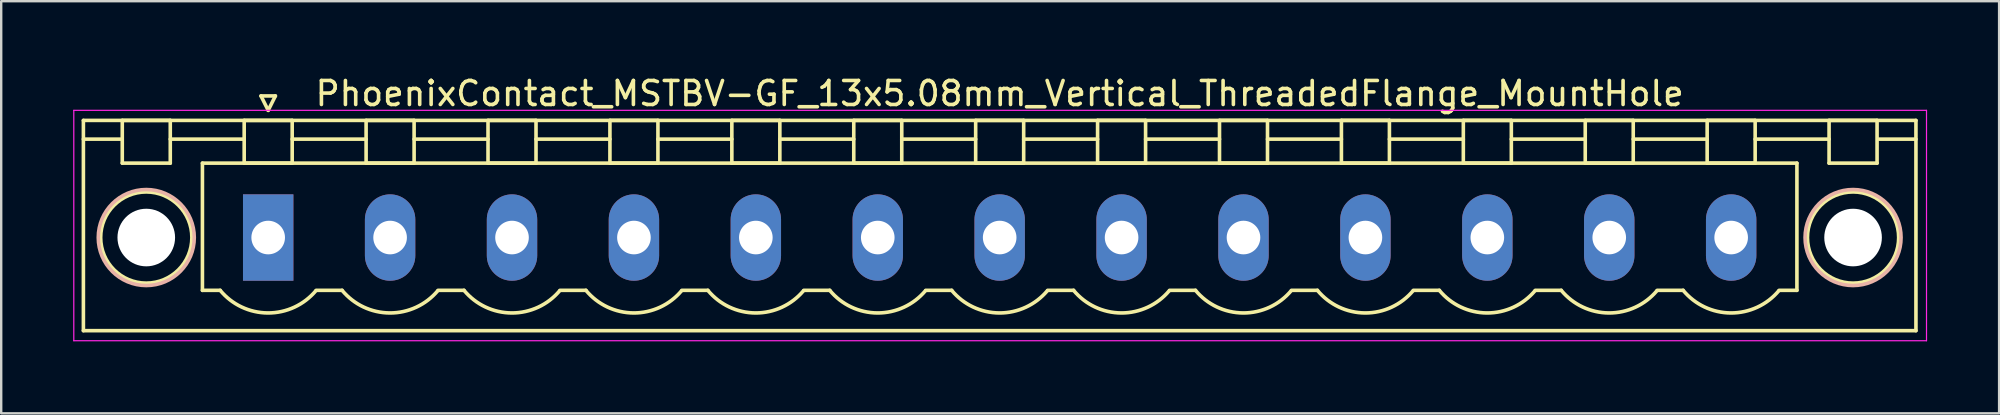
<source format=kicad_pcb>
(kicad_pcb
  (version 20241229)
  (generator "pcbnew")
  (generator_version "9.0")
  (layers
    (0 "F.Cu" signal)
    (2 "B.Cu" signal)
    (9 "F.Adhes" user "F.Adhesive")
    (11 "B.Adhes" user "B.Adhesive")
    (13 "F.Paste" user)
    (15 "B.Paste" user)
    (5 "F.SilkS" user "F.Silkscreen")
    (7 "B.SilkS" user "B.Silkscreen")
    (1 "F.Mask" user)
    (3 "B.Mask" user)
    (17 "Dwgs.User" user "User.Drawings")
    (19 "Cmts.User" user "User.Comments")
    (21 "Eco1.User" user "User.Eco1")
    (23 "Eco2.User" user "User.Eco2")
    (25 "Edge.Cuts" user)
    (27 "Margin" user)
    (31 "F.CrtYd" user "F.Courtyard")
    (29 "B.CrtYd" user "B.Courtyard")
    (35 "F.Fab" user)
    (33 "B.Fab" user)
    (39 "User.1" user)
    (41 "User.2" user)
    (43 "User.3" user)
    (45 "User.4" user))
  (footprint "PhoenixContact_MSTBV-GF_13x5.08mm_Vertical_ThreadedFlange_MountHole"
    (layer "F.Cu")
    (at 8.125 6.848)
    (property "Reference" "PhoenixContact_MSTBV-GF_13x5.08mm_Vertical_ThreadedFlange_MountHole" (at 30.48 -6 0) (layer "F.SilkS") (effects (font (size 1 1) (thickness 0.15))))
    (attr through_hole)
    (fp_line (start -7.7 -4.88) (end -7.7 3.88) (stroke (width 0.15) (type solid)) (layer "F.SilkS"))
    (fp_line (start -7.7 -4.1) (end -6.16 -4.1) (stroke (width 0.15) (type solid)) (layer "F.SilkS"))
    (fp_line (start -7.7 3.88) (end 68.66 3.88) (stroke (width 0.15) (type solid)) (layer "F.SilkS"))
    (fp_line (start -6.08 -4.88) (end -4.08 -4.88) (stroke (width 0.15) (type solid)) (layer "F.SilkS"))
    (fp_line (start -6.08 -3.1) (end -6.08 -4.88) (stroke (width 0.15) (type solid)) (layer "F.SilkS"))
    (fp_line (start -4.08 -4.88) (end -4.08 -3.1) (stroke (width 0.15) (type solid)) (layer "F.SilkS"))
    (fp_line (start -4.08 -4.1) (end -1 -4.1) (stroke (width 0.15) (type solid)) (layer "F.SilkS"))
    (fp_line (start -4.08 -3.1) (end -6.08 -3.1) (stroke (width 0.15) (type solid)) (layer "F.SilkS"))
    (fp_line (start -2.74 -3.1) (end 63.7 -3.1) (stroke (width 0.15) (type solid)) (layer "F.SilkS"))
    (fp_line (start -2.74 2.2) (end -2.74 -3.1) (stroke (width 0.15) (type solid)) (layer "F.SilkS"))
    (fp_line (start -2 2.2) (end -2.74 2.2) (stroke (width 0.15) (type solid)) (layer "F.SilkS"))
    (fp_line (start -1 -4.88) (end 1 -4.88) (stroke (width 0.15) (type solid)) (layer "F.SilkS"))
    (fp_line (start -1 -3.1) (end -1 -4.88) (stroke (width 0.15) (type solid)) (layer "F.SilkS"))
    (fp_line (start -0.3 -5.9) (end 0 -5.3) (stroke (width 0.15) (type solid)) (layer "F.SilkS"))
    (fp_line (start 0 -5.3) (end 0.3 -5.9) (stroke (width 0.15) (type solid)) (layer "F.SilkS"))
    (fp_line (start 0.3 -5.9) (end -0.3 -5.9) (stroke (width 0.15) (type solid)) (layer "F.SilkS"))
    (fp_line (start 1 -4.88) (end 1 -3.1) (stroke (width 0.15) (type solid)) (layer "F.SilkS"))
    (fp_line (start 1 -4.1) (end 4.08 -4.1) (stroke (width 0.15) (type solid)) (layer "F.SilkS"))
    (fp_line (start 1 -3.1) (end -1 -3.1) (stroke (width 0.15) (type solid)) (layer "F.SilkS"))
    (fp_line (start 2 2.2) (end 3.08 2.2) (stroke (width 0.15) (type solid)) (layer "F.SilkS"))
    (fp_line (start 4.08 -4.88) (end 6.08 -4.88) (stroke (width 0.15) (type solid)) (layer "F.SilkS"))
    (fp_line (start 4.08 -3.1) (end 4.08 -4.88) (stroke (width 0.15) (type solid)) (layer "F.SilkS"))
    (fp_line (start 6.08 -4.88) (end 6.08 -3.1) (stroke (width 0.15) (type solid)) (layer "F.SilkS"))
    (fp_line (start 6.08 -4.1) (end 9.16 -4.1) (stroke (width 0.15) (type solid)) (layer "F.SilkS"))
    (fp_line (start 6.08 -3.1) (end 4.08 -3.1) (stroke (width 0.15) (type solid)) (layer "F.SilkS"))
    (fp_line (start 7.08 2.2) (end 8.16 2.2) (stroke (width 0.15) (type solid)) (layer "F.SilkS"))
    (fp_line (start 9.16 -4.88) (end 11.16 -4.88) (stroke (width 0.15) (type solid)) (layer "F.SilkS"))
    (fp_line (start 9.16 -3.1) (end 9.16 -4.88) (stroke (width 0.15) (type solid)) (layer "F.SilkS"))
    (fp_line (start 11.16 -4.88) (end 11.16 -3.1) (stroke (width 0.15) (type solid)) (layer "F.SilkS"))
    (fp_line (start 11.16 -4.1) (end 14.24 -4.1) (stroke (width 0.15) (type solid)) (layer "F.SilkS"))
    (fp_line (start 11.16 -3.1) (end 9.16 -3.1) (stroke (width 0.15) (type solid)) (layer "F.SilkS"))
    (fp_line (start 12.16 2.2) (end 13.24 2.2) (stroke (width 0.15) (type solid)) (layer "F.SilkS"))
    (fp_line (start 14.24 -4.88) (end 16.24 -4.88) (stroke (width 0.15) (type solid)) (layer "F.SilkS"))
    (fp_line (start 14.24 -3.1) (end 14.24 -4.88) (stroke (width 0.15) (type solid)) (layer "F.SilkS"))
    (fp_line (start 16.24 -4.88) (end 16.24 -3.1) (stroke (width 0.15) (type solid)) (layer "F.SilkS"))
    (fp_line (start 16.24 -4.1) (end 19.32 -4.1) (stroke (width 0.15) (type solid)) (layer "F.SilkS"))
    (fp_line (start 16.24 -3.1) (end 14.24 -3.1) (stroke (width 0.15) (type solid)) (layer "F.SilkS"))
    (fp_line (start 17.24 2.2) (end 18.32 2.2) (stroke (width 0.15) (type solid)) (layer "F.SilkS"))
    (fp_line (start 19.32 -4.88) (end 21.32 -4.88) (stroke (width 0.15) (type solid)) (layer "F.SilkS"))
    (fp_line (start 19.32 -3.1) (end 19.32 -4.88) (stroke (width 0.15) (type solid)) (layer "F.SilkS"))
    (fp_line (start 21.32 -4.88) (end 21.32 -3.1) (stroke (width 0.15) (type solid)) (layer "F.SilkS"))
    (fp_line (start 21.32 -4.1) (end 24.4 -4.1) (stroke (width 0.15) (type solid)) (layer "F.SilkS"))
    (fp_line (start 21.32 -3.1) (end 19.32 -3.1) (stroke (width 0.15) (type solid)) (layer "F.SilkS"))
    (fp_line (start 22.32 2.2) (end 23.4 2.2) (stroke (width 0.15) (type solid)) (layer "F.SilkS"))
    (fp_line (start 24.4 -4.88) (end 26.4 -4.88) (stroke (width 0.15) (type solid)) (layer "F.SilkS"))
    (fp_line (start 24.4 -3.1) (end 24.4 -4.88) (stroke (width 0.15) (type solid)) (layer "F.SilkS"))
    (fp_line (start 26.4 -4.88) (end 26.4 -3.1) (stroke (width 0.15) (type solid)) (layer "F.SilkS"))
    (fp_line (start 26.4 -4.1) (end 29.48 -4.1) (stroke (width 0.15) (type solid)) (layer "F.SilkS"))
    (fp_line (start 26.4 -3.1) (end 24.4 -3.1) (stroke (width 0.15) (type solid)) (layer "F.SilkS"))
    (fp_line (start 27.4 2.2) (end 28.48 2.2) (stroke (width 0.15) (type solid)) (layer "F.SilkS"))
    (fp_line (start 29.48 -4.88) (end 31.48 -4.88) (stroke (width 0.15) (type solid)) (layer "F.SilkS"))
    (fp_line (start 29.48 -3.1) (end 29.48 -4.88) (stroke (width 0.15) (type solid)) (layer "F.SilkS"))
    (fp_line (start 31.48 -4.88) (end 31.48 -3.1) (stroke (width 0.15) (type solid)) (layer "F.SilkS"))
    (fp_line (start 31.48 -4.1) (end 34.56 -4.1) (stroke (width 0.15) (type solid)) (layer "F.SilkS"))
    (fp_line (start 31.48 -3.1) (end 29.48 -3.1) (stroke (width 0.15) (type solid)) (layer "F.SilkS"))
    (fp_line (start 32.48 2.2) (end 33.56 2.2) (stroke (width 0.15) (type solid)) (layer "F.SilkS"))
    (fp_line (start 34.56 -4.88) (end 36.56 -4.88) (stroke (width 0.15) (type solid)) (layer "F.SilkS"))
    (fp_line (start 34.56 -3.1) (end 34.56 -4.88) (stroke (width 0.15) (type solid)) (layer "F.SilkS"))
    (fp_line (start 36.56 -4.88) (end 36.56 -3.1) (stroke (width 0.15) (type solid)) (layer "F.SilkS"))
    (fp_line (start 36.56 -4.1) (end 39.64 -4.1) (stroke (width 0.15) (type solid)) (layer "F.SilkS"))
    (fp_line (start 36.56 -3.1) (end 34.56 -3.1) (stroke (width 0.15) (type solid)) (layer "F.SilkS"))
    (fp_line (start 37.56 2.2) (end 38.64 2.2) (stroke (width 0.15) (type solid)) (layer "F.SilkS"))
    (fp_line (start 39.64 -4.88) (end 41.64 -4.88) (stroke (width 0.15) (type solid)) (layer "F.SilkS"))
    (fp_line (start 39.64 -3.1) (end 39.64 -4.88) (stroke (width 0.15) (type solid)) (layer "F.SilkS"))
    (fp_line (start 41.64 -4.88) (end 41.64 -3.1) (stroke (width 0.15) (type solid)) (layer "F.SilkS"))
    (fp_line (start 41.64 -4.1) (end 44.72 -4.1) (stroke (width 0.15) (type solid)) (layer "F.SilkS"))
    (fp_line (start 41.64 -3.1) (end 39.64 -3.1) (stroke (width 0.15) (type solid)) (layer "F.SilkS"))
    (fp_line (start 42.64 2.2) (end 43.72 2.2) (stroke (width 0.15) (type solid)) (layer "F.SilkS"))
    (fp_line (start 44.72 -4.88) (end 46.72 -4.88) (stroke (width 0.15) (type solid)) (layer "F.SilkS"))
    (fp_line (start 44.72 -3.1) (end 44.72 -4.88) (stroke (width 0.15) (type solid)) (layer "F.SilkS"))
    (fp_line (start 46.72 -4.88) (end 46.72 -3.1) (stroke (width 0.15) (type solid)) (layer "F.SilkS"))
    (fp_line (start 46.72 -4.1) (end 49.8 -4.1) (stroke (width 0.15) (type solid)) (layer "F.SilkS"))
    (fp_line (start 46.72 -3.1) (end 44.72 -3.1) (stroke (width 0.15) (type solid)) (layer "F.SilkS"))
    (fp_line (start 47.72 2.2) (end 48.8 2.2) (stroke (width 0.15) (type solid)) (layer "F.SilkS"))
    (fp_line (start 49.8 -4.88) (end 51.8 -4.88) (stroke (width 0.15) (type solid)) (layer "F.SilkS"))
    (fp_line (start 49.8 -3.1) (end 49.8 -4.88) (stroke (width 0.15) (type solid)) (layer "F.SilkS"))
    (fp_line (start 51.8 -4.88) (end 51.8 -3.1) (stroke (width 0.15) (type solid)) (layer "F.SilkS"))
    (fp_line (start 51.8 -4.1) (end 54.88 -4.1) (stroke (width 0.15) (type solid)) (layer "F.SilkS"))
    (fp_line (start 51.8 -3.1) (end 49.8 -3.1) (stroke (width 0.15) (type solid)) (layer "F.SilkS"))
    (fp_line (start 52.8 2.2) (end 53.88 2.2) (stroke (width 0.15) (type solid)) (layer "F.SilkS"))
    (fp_line (start 54.88 -4.88) (end 56.88 -4.88) (stroke (width 0.15) (type solid)) (layer "F.SilkS"))
    (fp_line (start 54.88 -3.1) (end 54.88 -4.88) (stroke (width 0.15) (type solid)) (layer "F.SilkS"))
    (fp_line (start 56.88 -4.88) (end 56.88 -3.1) (stroke (width 0.15) (type solid)) (layer "F.SilkS"))
    (fp_line (start 56.88 -4.1) (end 59.96 -4.1) (stroke (width 0.15) (type solid)) (layer "F.SilkS"))
    (fp_line (start 56.88 -3.1) (end 54.88 -3.1) (stroke (width 0.15) (type solid)) (layer "F.SilkS"))
    (fp_line (start 57.88 2.2) (end 58.96 2.2) (stroke (width 0.15) (type solid)) (layer "F.SilkS"))
    (fp_line (start 59.96 -4.88) (end 61.96 -4.88) (stroke (width 0.15) (type solid)) (layer "F.SilkS"))
    (fp_line (start 59.96 -3.1) (end 59.96 -4.88) (stroke (width 0.15) (type solid)) (layer "F.SilkS"))
    (fp_line (start 61.96 -4.88) (end 61.96 -3.1) (stroke (width 0.15) (type solid)) (layer "F.SilkS"))
    (fp_line (start 61.96 -4.1) (end 65.04 -4.1) (stroke (width 0.15) (type solid)) (layer "F.SilkS"))
    (fp_line (start 61.96 -3.1) (end 59.96 -3.1) (stroke (width 0.15) (type solid)) (layer "F.SilkS"))
    (fp_line (start 63.7 -3.1) (end 63.7 2.2) (stroke (width 0.15) (type solid)) (layer "F.SilkS"))
    (fp_line (start 63.7 2.2) (end 62.96 2.2) (stroke (width 0.15) (type solid)) (layer "F.SilkS"))
    (fp_line (start 65.04 -4.88) (end 67.04 -4.88) (stroke (width 0.15) (type solid)) (layer "F.SilkS"))
    (fp_line (start 65.04 -3.1) (end 65.04 -4.88) (stroke (width 0.15) (type solid)) (layer "F.SilkS"))
    (fp_line (start 67.04 -4.88) (end 67.04 -3.1) (stroke (width 0.15) (type solid)) (layer "F.SilkS"))
    (fp_line (start 67.04 -3.1) (end 65.04 -3.1) (stroke (width 0.15) (type solid)) (layer "F.SilkS"))
    (fp_line (start 68.66 -4.88) (end -7.7 -4.88) (stroke (width 0.15) (type solid)) (layer "F.SilkS"))
    (fp_line (start 68.66 -4.1) (end 67.12 -4.1) (stroke (width 0.15) (type solid)) (layer "F.SilkS"))
    (fp_line (start 68.66 3.88) (end 68.66 -4.88) (stroke (width 0.15) (type solid)) (layer "F.SilkS"))
    (fp_arc (start 1.986842 2.215821) (mid -0.010289 3.142758) (end -2 2.2) (stroke (width 0.15) (type solid)) (layer "F.SilkS"))
    (fp_arc (start 7.066842 2.215821) (mid 5.069711 3.142758) (end 3.08 2.2) (stroke (width 0.15) (type solid)) (layer "F.SilkS"))
    (fp_arc (start 12.146842 2.215821) (mid 10.149711 3.142758) (end 8.16 2.2) (stroke (width 0.15) (type solid)) (layer "F.SilkS"))
    (fp_arc (start 17.226842 2.215821) (mid 15.229711 3.142758) (end 13.24 2.2) (stroke (width 0.15) (type solid)) (layer "F.SilkS"))
    (fp_arc (start 22.306842 2.215821) (mid 20.309711 3.142758) (end 18.32 2.2) (stroke (width 0.15) (type solid)) (layer "F.SilkS"))
    (fp_arc (start 27.386842 2.215821) (mid 25.389711 3.142758) (end 23.4 2.2) (stroke (width 0.15) (type solid)) (layer "F.SilkS"))
    (fp_arc (start 32.466842 2.215821) (mid 30.469711 3.142758) (end 28.48 2.2) (stroke (width 0.15) (type solid)) (layer "F.SilkS"))
    (fp_arc (start 37.546842 2.215821) (mid 35.549711 3.142758) (end 33.56 2.2) (stroke (width 0.15) (type solid)) (layer "F.SilkS"))
    (fp_arc (start 42.626842 2.215821) (mid 40.629711 3.142758) (end 38.64 2.2) (stroke (width 0.15) (type solid)) (layer "F.SilkS"))
    (fp_arc (start 47.706842 2.215821) (mid 45.709711 3.142758) (end 43.72 2.2) (stroke (width 0.15) (type solid)) (layer "F.SilkS"))
    (fp_arc (start 52.786842 2.215821) (mid 50.789711 3.142758) (end 48.8 2.2) (stroke (width 0.15) (type solid)) (layer "F.SilkS"))
    (fp_arc (start 57.866842 2.215821) (mid 55.869711 3.142758) (end 53.88 2.2) (stroke (width 0.15) (type solid)) (layer "F.SilkS"))
    (fp_arc (start 62.946842 2.215821) (mid 60.949711 3.142758) (end 58.96 2.2) (stroke (width 0.15) (type solid)) (layer "F.SilkS"))
    (fp_circle (center -5.08 0) (end -3.18 0) (stroke (width 0.15) (type solid)) (fill no) (layer "F.SilkS"))
    (fp_circle (center 66.04 0) (end 67.94 0) (stroke (width 0.15) (type solid)) (fill no) (layer "F.SilkS"))
    (fp_circle (center -5.08 0) (end -3.08 0) (stroke (width 0.15) (type solid)) (fill no) (layer "B.SilkS"))
    (fp_circle (center 66.04 0) (end 68.04 0) (stroke (width 0.15) (type solid)) (fill no) (layer "B.SilkS"))
    (fp_line (start -8.1 -5.3) (end -8.1 4.3) (stroke (width 0.05) (type solid)) (layer "F.CrtYd"))
    (fp_line (start -8.1 4.3) (end 69.1 4.3) (stroke (width 0.05) (type solid)) (layer "F.CrtYd"))
    (fp_line (start 69.1 -5.3) (end -8.1 -5.3) (stroke (width 0.05) (type solid)) (layer "F.CrtYd"))
    (fp_line (start 69.1 4.3) (end 69.1 -5.3) (stroke (width 0.05) (type solid)) (layer "F.CrtYd"))
    (pad "" np_thru_hole circle (at -5.08 0) (size 2.4 2.4) (drill 2.4) (layers "*.Cu" "*.Mask"))
    (pad "" np_thru_hole circle (at 66.04 0) (size 2.4 2.4) (drill 2.4) (layers "*.Cu" "*.Mask"))
    (pad "1" thru_hole rect (at 0 0) (size 2.1 3.6) (drill 1.4) (layers "*.Cu" "*.Mask"))
    (pad "2" thru_hole oval (at 5.08 0) (size 2.1 3.6) (drill 1.4) (layers "*.Cu" "*.Mask"))
    (pad "3" thru_hole oval (at 10.16 0) (size 2.1 3.6) (drill 1.4) (layers "*.Cu" "*.Mask"))
    (pad "4" thru_hole oval (at 15.24 0) (size 2.1 3.6) (drill 1.4) (layers "*.Cu" "*.Mask"))
    (pad "5" thru_hole oval (at 20.32 0) (size 2.1 3.6) (drill 1.4) (layers "*.Cu" "*.Mask"))
    (pad "6" thru_hole oval (at 25.4 0) (size 2.1 3.6) (drill 1.4) (layers "*.Cu" "*.Mask"))
    (pad "7" thru_hole oval (at 30.48 0) (size 2.1 3.6) (drill 1.4) (layers "*.Cu" "*.Mask"))
    (pad "8" thru_hole oval (at 35.56 0) (size 2.1 3.6) (drill 1.4) (layers "*.Cu" "*.Mask"))
    (pad "9" thru_hole oval (at 40.64 0) (size 2.1 3.6) (drill 1.4) (layers "*.Cu" "*.Mask"))
    (pad "10" thru_hole oval (at 45.72 0) (size 2.1 3.6) (drill 1.4) (layers "*.Cu" "*.Mask"))
    (pad "11" thru_hole oval (at 50.8 0) (size 2.1 3.6) (drill 1.4) (layers "*.Cu" "*.Mask"))
    (pad "12" thru_hole oval (at 55.88 0) (size 2.1 3.6) (drill 1.4) (layers "*.Cu" "*.Mask"))
    (pad "13" thru_hole oval (at 60.96 0) (size 2.1 3.6) (drill 1.4) (layers "*.Cu" "*.Mask")))
  (gr_rect
    (start -3 -3)
    (end 80.25 14.173)
    (stroke (width 0.1) (type default))
    (fill no)
    (layer "Edge.Cuts")))
</source>
